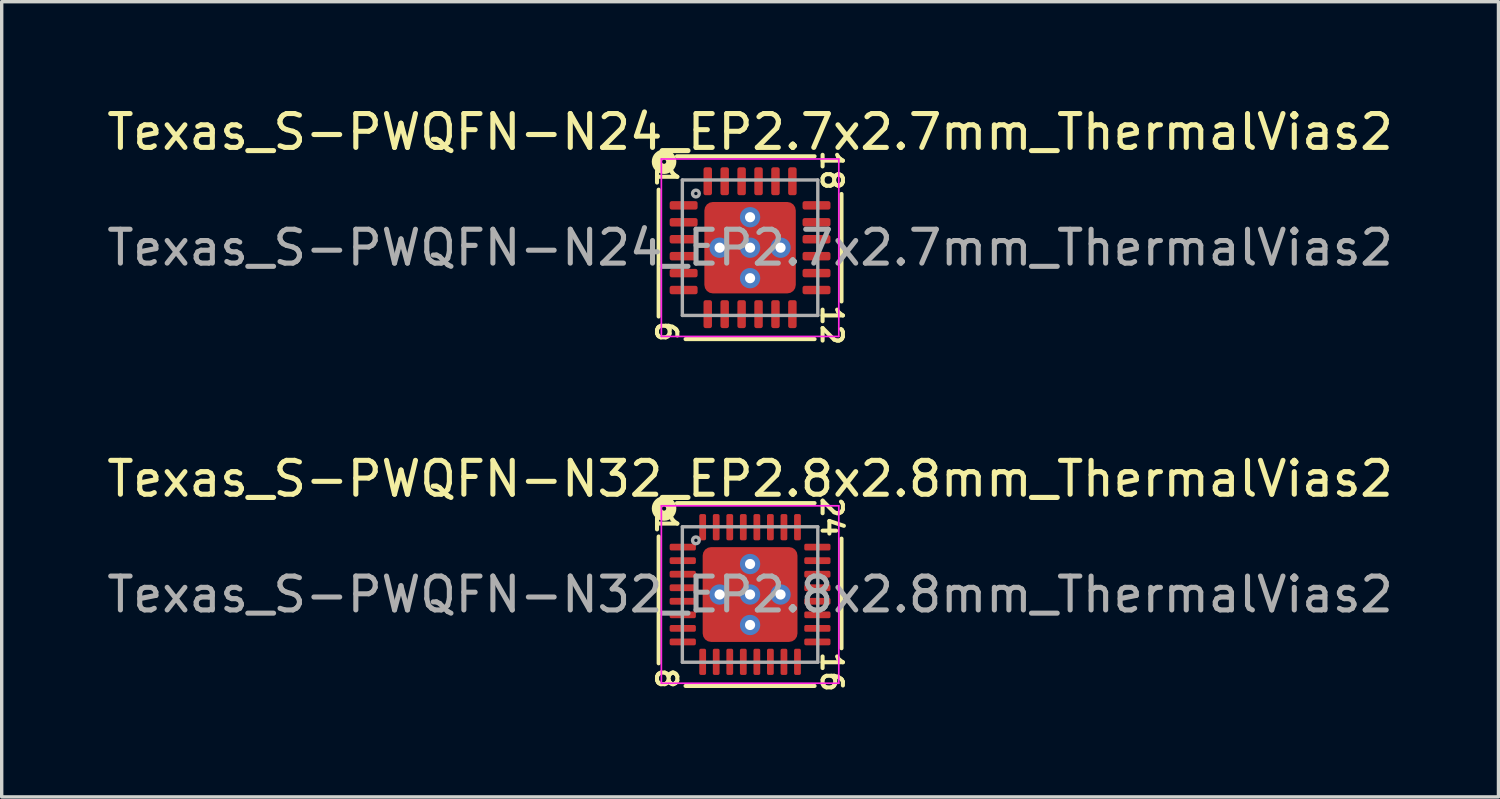
<source format=kicad_pcb>
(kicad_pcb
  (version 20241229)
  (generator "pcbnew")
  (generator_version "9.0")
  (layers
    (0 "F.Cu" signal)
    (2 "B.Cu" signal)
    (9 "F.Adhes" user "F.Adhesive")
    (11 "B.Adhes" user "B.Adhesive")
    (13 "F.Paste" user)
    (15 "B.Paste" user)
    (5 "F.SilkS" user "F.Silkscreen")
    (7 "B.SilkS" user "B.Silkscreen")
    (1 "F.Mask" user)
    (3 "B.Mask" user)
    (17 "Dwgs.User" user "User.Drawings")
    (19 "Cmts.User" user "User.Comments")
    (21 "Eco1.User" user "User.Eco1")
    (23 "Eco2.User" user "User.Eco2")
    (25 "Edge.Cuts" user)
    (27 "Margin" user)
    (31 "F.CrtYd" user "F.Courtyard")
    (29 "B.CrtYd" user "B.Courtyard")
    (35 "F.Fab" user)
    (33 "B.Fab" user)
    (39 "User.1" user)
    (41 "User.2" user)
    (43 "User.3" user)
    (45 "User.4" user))
  (footprint "Texas_S-PWQFN-N24_EP2.7x2.7mm_ThermalVias2"
    (layer "F.Cu")
    (at 19.101 4.265)
    (property "Reference" "Texas_S-PWQFN-N24_EP2.7x2.7mm_ThermalVias2" (at 0 -3.417 0) (layer "F.SilkS") (effects (font (size 1 1) (thickness 0.15))))
    (attr smd)
    (fp_line (start -2.7 -1.714) (end -2.7 2.032) (stroke (width 0.12) (type solid)) (layer "F.SilkS"))
    (fp_line (start -1.905 2.7) (end 1.905 2.7) (stroke (width 0.12) (type solid)) (layer "F.SilkS"))
    (fp_line (start 1.905 -2.7) (end -2.159 -2.7) (stroke (width 0.12) (type solid)) (layer "F.SilkS"))
    (fp_line (start 2.7 1.587) (end 2.7 -1.587) (stroke (width 0.12) (type solid)) (layer "F.SilkS"))
    (fp_circle (center -2.54 -2.54) (end -2.477 -2.54) (stroke (width 0.3) (type solid)) (fill no) (layer "F.SilkS"))
    (fp_line (start -2.62 -2.62) (end -2.62 2.62) (stroke (width 0.05) (type solid)) (layer "F.CrtYd"))
    (fp_line (start -2.62 2.62) (end 2.62 2.62) (stroke (width 0.05) (type solid)) (layer "F.CrtYd"))
    (fp_line (start 2.62 -2.62) (end -2.62 -2.62) (stroke (width 0.05) (type solid)) (layer "F.CrtYd"))
    (fp_line (start 2.62 2.62) (end 2.62 -2.62) (stroke (width 0.05) (type solid)) (layer "F.CrtYd"))
    (fp_line (start -2 -2) (end 2 -2) (stroke (width 0.1) (type solid)) (layer "F.Fab"))
    (fp_line (start -2 2) (end -2 -2) (stroke (width 0.1) (type solid)) (layer "F.Fab"))
    (fp_line (start 2 -2) (end 2 2) (stroke (width 0.1) (type solid)) (layer "F.Fab"))
    (fp_line (start 2 2) (end -2 2) (stroke (width 0.1) (type solid)) (layer "F.Fab"))
    (fp_circle (center -1.6 -1.6) (end -1.5 -1.6) (stroke (width 0.1) (type solid)) (fill no) (layer "F.Fab"))
    (fp_text user "6" (at -2.477 2.477 270) (unlocked yes) (layer "F.SilkS") (effects (font (size 0.6 0.6) (thickness 0.12))))
    (fp_text user "1" (at -2.477 -2.095 270) (unlocked yes) (layer "F.SilkS") (effects (font (size 0.6 0.6) (thickness 0.12))))
    (fp_text user "18" (at 2.413 -2.286 270) (unlocked yes) (layer "F.SilkS") (effects (font (size 0.6 0.6) (thickness 0.12))))
    (fp_text user "12" (at 2.413 2.286 270) (unlocked yes) (layer "F.SilkS") (effects (font (size 0.6 0.6) (thickness 0.12))))
    (fp_text user "${REFERENCE}" (at 0 0 0) (layer "F.Fab") (effects (font (size 1 1) (thickness 0.15))))
    (pad "" smd roundrect (at -0.775 -0.775) (size 0.65 0.65) (layers "F.Paste") (roundrect_rratio 0.221))
    (pad "" smd roundrect (at -0.775 -0.775) (size 0.95 0.95) (layers "F.Mask") (roundrect_rratio 0.25))
    (pad "" smd roundrect (at -0.775 0.775) (size 0.65 0.65) (layers "F.Paste") (roundrect_rratio 0.221))
    (pad "" smd roundrect (at -0.775 0.775) (size 0.95 0.95) (layers "F.Mask") (roundrect_rratio 0.25))
    (pad "" smd roundrect (at 0.775 -0.775) (size 0.65 0.65) (layers "F.Paste") (roundrect_rratio 0.221))
    (pad "" smd roundrect (at 0.775 -0.775) (size 0.95 0.95) (layers "F.Mask") (roundrect_rratio 0.25))
    (pad "" smd roundrect (at 0.775 0.775) (size 0.65 0.65) (layers "F.Paste") (roundrect_rratio 0.221))
    (pad "" smd roundrect (at 0.775 0.775) (size 0.95 0.95) (layers "F.Mask") (roundrect_rratio 0.25))
    (pad "1" smd roundrect (at -1.962 -1.25) (size 0.825 0.25) (layers "F.Cu" "F.Mask" "F.Paste") (roundrect_rratio 0.25))
    (pad "2" smd roundrect (at -1.962 -0.75) (size 0.825 0.25) (layers "F.Cu" "F.Mask" "F.Paste") (roundrect_rratio 0.25))
    (pad "3" smd roundrect (at -1.962 -0.25) (size 0.825 0.25) (layers "F.Cu" "F.Mask" "F.Paste") (roundrect_rratio 0.25))
    (pad "4" smd roundrect (at -1.962 0.25) (size 0.825 0.25) (layers "F.Cu" "F.Mask" "F.Paste") (roundrect_rratio 0.25))
    (pad "5" smd roundrect (at -1.962 0.75) (size 0.825 0.25) (layers "F.Cu" "F.Mask" "F.Paste") (roundrect_rratio 0.25))
    (pad "6" smd roundrect (at -1.962 1.25) (size 0.825 0.25) (layers "F.Cu" "F.Mask" "F.Paste") (roundrect_rratio 0.25))
    (pad "7" smd roundrect (at -1.25 1.962) (size 0.25 0.825) (layers "F.Cu" "F.Mask" "F.Paste") (roundrect_rratio 0.25))
    (pad "8" smd roundrect (at -0.75 1.962) (size 0.25 0.825) (layers "F.Cu" "F.Mask" "F.Paste") (roundrect_rratio 0.25))
    (pad "9" smd roundrect (at -0.25 1.962) (size 0.25 0.825) (layers "F.Cu" "F.Mask" "F.Paste") (roundrect_rratio 0.25))
    (pad "10" smd roundrect (at 0.25 1.962) (size 0.25 0.825) (layers "F.Cu" "F.Mask" "F.Paste") (roundrect_rratio 0.25))
    (pad "11" smd roundrect (at 0.75 1.962) (size 0.25 0.825) (layers "F.Cu" "F.Mask" "F.Paste") (roundrect_rratio 0.25))
    (pad "12" smd roundrect (at 1.25 1.962) (size 0.25 0.825) (layers "F.Cu" "F.Mask" "F.Paste") (roundrect_rratio 0.25))
    (pad "13" smd roundrect (at 1.962 1.25) (size 0.825 0.25) (layers "F.Cu" "F.Mask" "F.Paste") (roundrect_rratio 0.25))
    (pad "14" smd roundrect (at 1.962 0.75) (size 0.825 0.25) (layers "F.Cu" "F.Mask" "F.Paste") (roundrect_rratio 0.25))
    (pad "15" smd roundrect (at 1.962 0.25) (size 0.825 0.25) (layers "F.Cu" "F.Mask" "F.Paste") (roundrect_rratio 0.25))
    (pad "16" smd roundrect (at 1.962 -0.25) (size 0.825 0.25) (layers "F.Cu" "F.Mask" "F.Paste") (roundrect_rratio 0.25))
    (pad "17" smd roundrect (at 1.962 -0.75) (size 0.825 0.25) (layers "F.Cu" "F.Mask" "F.Paste") (roundrect_rratio 0.25))
    (pad "18" smd roundrect (at 1.962 -1.25) (size 0.825 0.25) (layers "F.Cu" "F.Mask" "F.Paste") (roundrect_rratio 0.25))
    (pad "19" smd roundrect (at 1.25 -1.962) (size 0.25 0.825) (layers "F.Cu" "F.Mask" "F.Paste") (roundrect_rratio 0.25))
    (pad "20" smd roundrect (at 0.75 -1.962) (size 0.25 0.825) (layers "F.Cu" "F.Mask" "F.Paste") (roundrect_rratio 0.25))
    (pad "21" smd roundrect (at 0.25 -1.962) (size 0.25 0.825) (layers "F.Cu" "F.Mask" "F.Paste") (roundrect_rratio 0.25))
    (pad "22" smd roundrect (at -0.25 -1.962) (size 0.25 0.825) (layers "F.Cu" "F.Mask" "F.Paste") (roundrect_rratio 0.25))
    (pad "23" smd roundrect (at -0.75 -1.962) (size 0.25 0.825) (layers "F.Cu" "F.Mask" "F.Paste") (roundrect_rratio 0.25))
    (pad "24" smd roundrect (at -1.25 -1.962) (size 0.25 0.825) (layers "F.Cu" "F.Mask" "F.Paste") (roundrect_rratio 0.25))
    (pad "25" thru_hole circle (at -0.9 0 180) (size 0.6 0.6) (drill 0.3) (property pad_prop_heatsink) (layers "*.Cu" "*.Mask"))
    (pad "25" thru_hole circle (at 0 -0.9 180) (size 0.6 0.6) (drill 0.3) (property pad_prop_heatsink) (layers "*.Cu" "*.Mask"))
    (pad "25" thru_hole circle (at 0 0 180) (size 0.6 0.6) (drill 0.3) (property pad_prop_heatsink) (layers "*.Cu" "*.Mask"))
    (pad "25" smd roundrect (at 0 0) (size 2.7 2.7) (layers "F.Cu") (roundrect_rratio 0.093))
    (pad "25" thru_hole circle (at 0 0.9 180) (size 0.6 0.6) (drill 0.3) (property pad_prop_heatsink) (layers "*.Cu" "*.Mask"))
    (pad "25" thru_hole circle (at 0.9 0 180) (size 0.6 0.6) (drill 0.3) (property pad_prop_heatsink) (layers "*.Cu" "*.Mask")))
  (footprint "Texas_S-PWQFN-N32_EP2.8x2.8mm_ThermalVias2"
    (layer "F.Cu")
    (at 19.101 14.507)
    (property "Reference" "Texas_S-PWQFN-N32_EP2.8x2.8mm_ThermalVias2" (at 0 -3.417 0) (layer "F.SilkS") (effects (font (size 1 1) (thickness 0.15))))
    (attr smd)
    (fp_line (start -2.7 -1.714) (end -2.7 2.032) (stroke (width 0.12) (type solid)) (layer "F.SilkS"))
    (fp_line (start -1.905 2.7) (end 1.905 2.7) (stroke (width 0.12) (type solid)) (layer "F.SilkS"))
    (fp_line (start 1.905 -2.7) (end -2.159 -2.7) (stroke (width 0.12) (type solid)) (layer "F.SilkS"))
    (fp_line (start 2.7 1.587) (end 2.7 -1.651) (stroke (width 0.12) (type solid)) (layer "F.SilkS"))
    (fp_circle (center -2.54 -2.54) (end -2.477 -2.54) (stroke (width 0.3) (type solid)) (fill no) (layer "F.SilkS"))
    (fp_line (start -2.62 -2.62) (end -2.62 2.62) (stroke (width 0.05) (type solid)) (layer "F.CrtYd"))
    (fp_line (start -2.62 2.62) (end 2.62 2.62) (stroke (width 0.05) (type solid)) (layer "F.CrtYd"))
    (fp_line (start 2.62 -2.62) (end -2.62 -2.62) (stroke (width 0.05) (type solid)) (layer "F.CrtYd"))
    (fp_line (start 2.62 2.62) (end 2.62 -2.62) (stroke (width 0.05) (type solid)) (layer "F.CrtYd"))
    (fp_line (start -2 -2) (end 2 -2) (stroke (width 0.1) (type solid)) (layer "F.Fab"))
    (fp_line (start -2 2) (end -2 -2) (stroke (width 0.1) (type solid)) (layer "F.Fab"))
    (fp_line (start 2 -2) (end 2 2) (stroke (width 0.1) (type solid)) (layer "F.Fab"))
    (fp_line (start 2 2) (end -2 2) (stroke (width 0.1) (type solid)) (layer "F.Fab"))
    (fp_circle (center -1.6 -1.6) (end -1.5 -1.6) (stroke (width 0.1) (type solid)) (fill no) (layer "F.Fab"))
    (fp_text user "24" (at 2.413 -2.286 270) (unlocked yes) (layer "F.SilkS") (effects (font (size 0.6 0.6) (thickness 0.12))))
    (fp_text user "1" (at -2.477 -2.095 270) (unlocked yes) (layer "F.SilkS") (effects (font (size 0.6 0.6) (thickness 0.12))))
    (fp_text user "8" (at -2.477 2.477 270) (unlocked yes) (layer "F.SilkS") (effects (font (size 0.6 0.6) (thickness 0.12))))
    (fp_text user "16" (at 2.413 2.286 270) (unlocked yes) (layer "F.SilkS") (effects (font (size 0.6 0.6) (thickness 0.12))))
    (fp_text user "${REFERENCE}" (at 0 0 0) (layer "F.Fab") (effects (font (size 1 1) (thickness 0.15))))
    (pad "" smd roundrect (at -0.8 -0.8) (size 0.7 0.7) (layers "F.Paste") (roundrect_rratio 0.25))
    (pad "" smd roundrect (at -0.8 -0.8) (size 1 1) (layers "F.Mask") (roundrect_rratio 0.25))
    (pad "" smd roundrect (at -0.8 0.8) (size 0.7 0.7) (layers "F.Paste") (roundrect_rratio 0.25))
    (pad "" smd roundrect (at -0.8 0.8) (size 1 1) (layers "F.Mask") (roundrect_rratio 0.25))
    (pad "" smd roundrect (at 0.8 -0.8) (size 0.7 0.7) (layers "F.Paste") (roundrect_rratio 0.25))
    (pad "" smd roundrect (at 0.8 -0.8) (size 1 1) (layers "F.Mask") (roundrect_rratio 0.25))
    (pad "" smd roundrect (at 0.8 0.8) (size 0.7 0.7) (layers "F.Paste") (roundrect_rratio 0.25))
    (pad "" smd roundrect (at 0.8 0.8) (size 1 1) (layers "F.Mask") (roundrect_rratio 0.25))
    (pad "1" smd roundrect (at -1.988 -1.4) (size 0.775 0.2) (layers "F.Cu" "F.Mask" "F.Paste") (roundrect_rratio 0.25))
    (pad "2" smd roundrect (at -1.988 -1) (size 0.775 0.2) (layers "F.Cu" "F.Mask" "F.Paste") (roundrect_rratio 0.25))
    (pad "3" smd roundrect (at -1.988 -0.6) (size 0.775 0.2) (layers "F.Cu" "F.Mask" "F.Paste") (roundrect_rratio 0.25))
    (pad "4" smd roundrect (at -1.988 -0.2) (size 0.775 0.2) (layers "F.Cu" "F.Mask" "F.Paste") (roundrect_rratio 0.25))
    (pad "5" smd roundrect (at -1.988 0.2) (size 0.775 0.2) (layers "F.Cu" "F.Mask" "F.Paste") (roundrect_rratio 0.25))
    (pad "6" smd roundrect (at -1.988 0.6) (size 0.775 0.2) (layers "F.Cu" "F.Mask" "F.Paste") (roundrect_rratio 0.25))
    (pad "7" smd roundrect (at -1.988 1) (size 0.775 0.2) (layers "F.Cu" "F.Mask" "F.Paste") (roundrect_rratio 0.25))
    (pad "8" smd roundrect (at -1.988 1.4) (size 0.775 0.2) (layers "F.Cu" "F.Mask" "F.Paste") (roundrect_rratio 0.25))
    (pad "9" smd roundrect (at -1.4 1.988) (size 0.2 0.775) (layers "F.Cu" "F.Mask" "F.Paste") (roundrect_rratio 0.25))
    (pad "10" smd roundrect (at -1 1.988) (size 0.2 0.775) (layers "F.Cu" "F.Mask" "F.Paste") (roundrect_rratio 0.25))
    (pad "11" smd roundrect (at -0.6 1.988) (size 0.2 0.775) (layers "F.Cu" "F.Mask" "F.Paste") (roundrect_rratio 0.25))
    (pad "12" smd roundrect (at -0.2 1.988) (size 0.2 0.775) (layers "F.Cu" "F.Mask" "F.Paste") (roundrect_rratio 0.25))
    (pad "13" smd roundrect (at 0.2 1.988) (size 0.2 0.775) (layers "F.Cu" "F.Mask" "F.Paste") (roundrect_rratio 0.25))
    (pad "14" smd roundrect (at 0.6 1.988) (size 0.2 0.775) (layers "F.Cu" "F.Mask" "F.Paste") (roundrect_rratio 0.25))
    (pad "15" smd roundrect (at 1 1.988) (size 0.2 0.775) (layers "F.Cu" "F.Mask" "F.Paste") (roundrect_rratio 0.25))
    (pad "16" smd roundrect (at 1.4 1.988) (size 0.2 0.775) (layers "F.Cu" "F.Mask" "F.Paste") (roundrect_rratio 0.25))
    (pad "17" smd roundrect (at 1.988 1.4) (size 0.775 0.2) (layers "F.Cu" "F.Mask" "F.Paste") (roundrect_rratio 0.25))
    (pad "18" smd roundrect (at 1.988 1) (size 0.775 0.2) (layers "F.Cu" "F.Mask" "F.Paste") (roundrect_rratio 0.25))
    (pad "19" smd roundrect (at 1.988 0.6) (size 0.775 0.2) (layers "F.Cu" "F.Mask" "F.Paste") (roundrect_rratio 0.25))
    (pad "20" smd roundrect (at 1.988 0.2) (size 0.775 0.2) (layers "F.Cu" "F.Mask" "F.Paste") (roundrect_rratio 0.25))
    (pad "21" smd roundrect (at 1.988 -0.2) (size 0.775 0.2) (layers "F.Cu" "F.Mask" "F.Paste") (roundrect_rratio 0.25))
    (pad "22" smd roundrect (at 1.988 -0.6) (size 0.775 0.2) (layers "F.Cu" "F.Mask" "F.Paste") (roundrect_rratio 0.25))
    (pad "23" smd roundrect (at 1.988 -1) (size 0.775 0.2) (layers "F.Cu" "F.Mask" "F.Paste") (roundrect_rratio 0.25))
    (pad "24" smd roundrect (at 1.988 -1.4) (size 0.775 0.2) (layers "F.Cu" "F.Mask" "F.Paste") (roundrect_rratio 0.25))
    (pad "25" smd roundrect (at 1.4 -1.988) (size 0.2 0.775) (layers "F.Cu" "F.Mask" "F.Paste") (roundrect_rratio 0.25))
    (pad "26" smd roundrect (at 1 -1.988) (size 0.2 0.775) (layers "F.Cu" "F.Mask" "F.Paste") (roundrect_rratio 0.25))
    (pad "27" smd roundrect (at 0.6 -1.988) (size 0.2 0.775) (layers "F.Cu" "F.Mask" "F.Paste") (roundrect_rratio 0.25))
    (pad "28" smd roundrect (at 0.2 -1.988) (size 0.2 0.775) (layers "F.Cu" "F.Mask" "F.Paste") (roundrect_rratio 0.25))
    (pad "29" smd roundrect (at -0.2 -1.988) (size 0.2 0.775) (layers "F.Cu" "F.Mask" "F.Paste") (roundrect_rratio 0.25))
    (pad "30" smd roundrect (at -0.6 -1.988) (size 0.2 0.775) (layers "F.Cu" "F.Mask" "F.Paste") (roundrect_rratio 0.25))
    (pad "31" smd roundrect (at -1 -1.988) (size 0.2 0.775) (layers "F.Cu" "F.Mask" "F.Paste") (roundrect_rratio 0.25))
    (pad "32" smd roundrect (at -1.4 -1.988) (size 0.2 0.775) (layers "F.Cu" "F.Mask" "F.Paste") (roundrect_rratio 0.25))
    (pad "32" thru_hole circle (at -0.9 0 180) (size 0.6 0.6) (drill 0.3) (property pad_prop_heatsink) (layers "*.Cu" "*.Mask"))
    (pad "32" thru_hole circle (at 0 -0.9 180) (size 0.6 0.6) (drill 0.3) (property pad_prop_heatsink) (layers "*.Cu" "*.Mask"))
    (pad "32" thru_hole circle (at 0 0 180) (size 0.6 0.6) (drill 0.3) (property pad_prop_heatsink) (layers "*.Cu" "*.Mask"))
    (pad "32" thru_hole circle (at 0 0.9 180) (size 0.6 0.6) (drill 0.3) (property pad_prop_heatsink) (layers "*.Cu" "*.Mask"))
    (pad "32" thru_hole circle (at 0.9 0 180) (size 0.6 0.6) (drill 0.3) (property pad_prop_heatsink) (layers "*.Cu" "*.Mask"))
    (pad "33" smd roundrect (at 0 0) (size 2.8 2.8) (layers "F.Cu") (roundrect_rratio 0.089)))
  (gr_rect
    (start -3 -3)
    (end 41.202 20.484)
    (stroke (width 0.1) (type default))
    (fill no)
    (layer "Edge.Cuts")))
</source>
